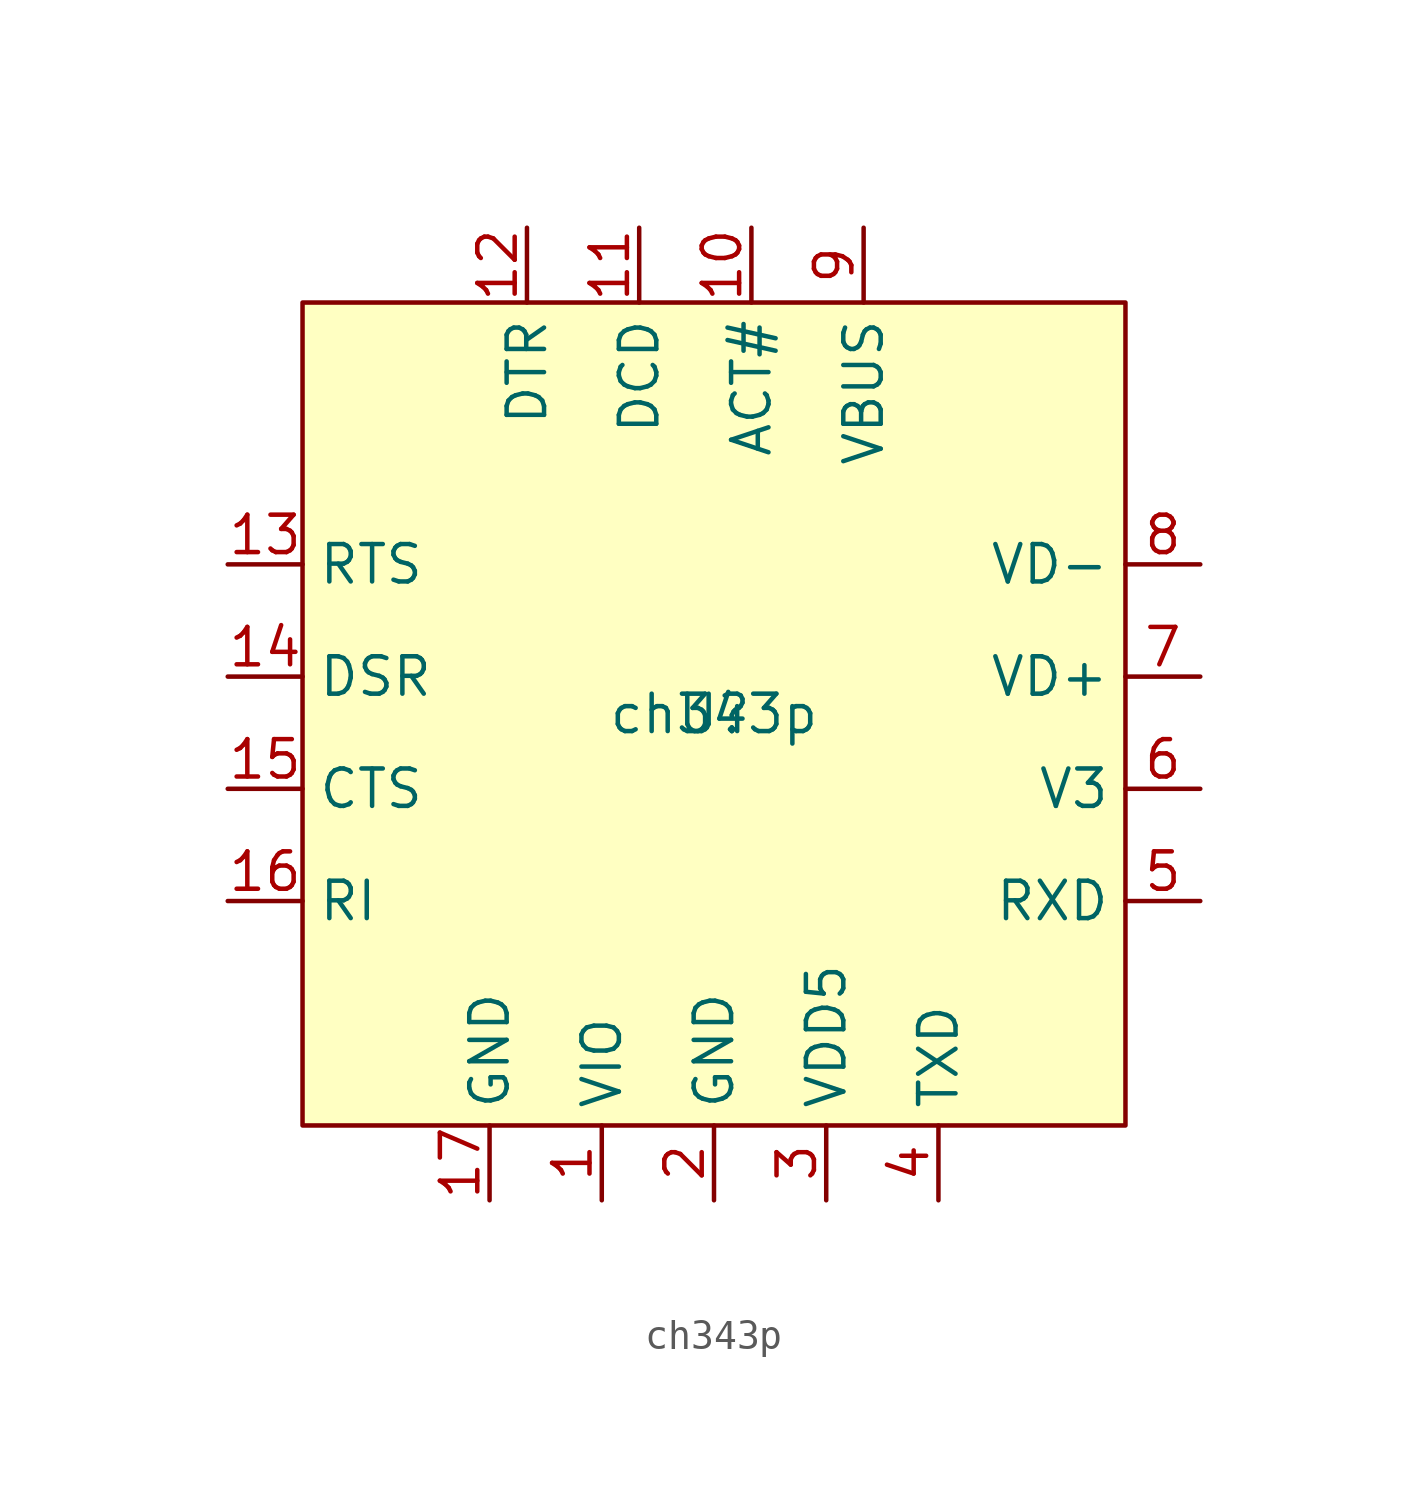
<source format=kicad_sym>
(kicad_symbol_lib
  (version 20220914)
  (generator kicad_symbol_editor)
  (symbol "ch343p"
    (property "Reference" "U"
      (at 0 0 0)
      (effects (font (size 1.27 1.27))))
    (property "Value" "ch343p"
      (at 0 0 0)
      (effects (font (size 1.27 1.27))))
    (symbol "ch343p_0_1"
      (rectangle (start -13.97 13.97) (end 13.97 -13.97) (stroke (width 0) (type default)) (fill (type background))))
    (symbol "ch343p_1_1"
      (pin input line (at -3.81 -16.51 90) (length 2.54) (name "VIO" (effects (font (size 1.27 1.27)))) (number "1" (effects (font (size 1.27 1.27)))))
      (pin input line (at 1.27 16.51 270) (length 2.54) (name "ACT#" (effects (font (size 1.27 1.27)))) (number "10" (effects (font (size 1.27 1.27)))))
      (pin input line (at -2.54 16.51 270) (length 2.54) (name "DCD" (effects (font (size 1.27 1.27)))) (number "11" (effects (font (size 1.27 1.27)))))
      (pin input line (at -6.35 16.51 270) (length 2.54) (name "DTR" (effects (font (size 1.27 1.27)))) (number "12" (effects (font (size 1.27 1.27)))))
      (pin input line (at -16.51 5.08 0) (length 2.54) (name "RTS" (effects (font (size 1.27 1.27)))) (number "13" (effects (font (size 1.27 1.27)))))
      (pin input line (at -16.51 1.27 0) (length 2.54) (name "DSR" (effects (font (size 1.27 1.27)))) (number "14" (effects (font (size 1.27 1.27)))))
      (pin input line (at -16.51 -2.54 0) (length 2.54) (name "CTS" (effects (font (size 1.27 1.27)))) (number "15" (effects (font (size 1.27 1.27)))))
      (pin input line (at -16.51 -6.35 0) (length 2.54) (name "RI" (effects (font (size 1.27 1.27)))) (number "16" (effects (font (size 1.27 1.27)))))
      (pin input line (at -7.62 -16.51 90) (length 2.54) (name "GND" (effects (font (size 1.27 1.27)))) (number "17" (effects (font (size 1.27 1.27)))))
      (pin input line (at 0 -16.51 90) (length 2.54) (name "GND" (effects (font (size 1.27 1.27)))) (number "2" (effects (font (size 1.27 1.27)))))
      (pin input line (at 3.81 -16.51 90) (length 2.54) (name "VDD5" (effects (font (size 1.27 1.27)))) (number "3" (effects (font (size 1.27 1.27)))))
      (pin input line (at 7.62 -16.51 90) (length 2.54) (name "TXD" (effects (font (size 1.27 1.27)))) (number "4" (effects (font (size 1.27 1.27)))))
      (pin input line (at 16.51 -6.35 180) (length 2.54) (name "RXD" (effects (font (size 1.27 1.27)))) (number "5" (effects (font (size 1.27 1.27)))))
      (pin input line (at 16.51 -2.54 180) (length 2.54) (name "V3" (effects (font (size 1.27 1.27)))) (number "6" (effects (font (size 1.27 1.27)))))
      (pin input line (at 16.51 1.27 180) (length 2.54) (name "VD+" (effects (font (size 1.27 1.27)))) (number "7" (effects (font (size 1.27 1.27)))))
      (pin input line (at 16.51 5.08 180) (length 2.54) (name "VD-" (effects (font (size 1.27 1.27)))) (number "8" (effects (font (size 1.27 1.27)))))
      (pin input line (at 5.08 16.51 270) (length 2.54) (name "VBUS" (effects (font (size 1.27 1.27)))) (number "9" (effects (font (size 1.27 1.27))))))))
</source>
